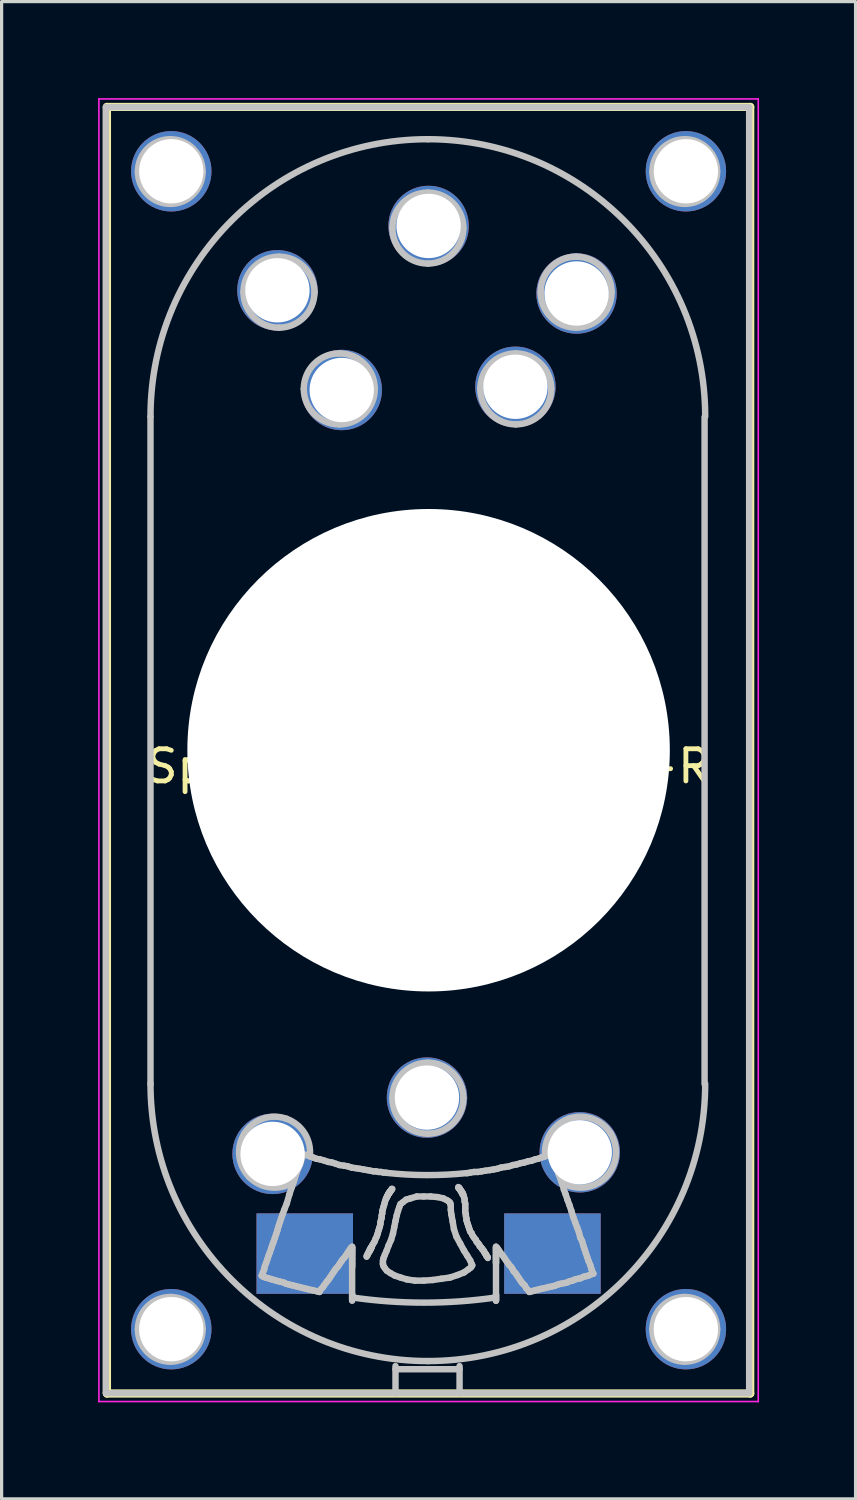
<source format=kicad_pcb>
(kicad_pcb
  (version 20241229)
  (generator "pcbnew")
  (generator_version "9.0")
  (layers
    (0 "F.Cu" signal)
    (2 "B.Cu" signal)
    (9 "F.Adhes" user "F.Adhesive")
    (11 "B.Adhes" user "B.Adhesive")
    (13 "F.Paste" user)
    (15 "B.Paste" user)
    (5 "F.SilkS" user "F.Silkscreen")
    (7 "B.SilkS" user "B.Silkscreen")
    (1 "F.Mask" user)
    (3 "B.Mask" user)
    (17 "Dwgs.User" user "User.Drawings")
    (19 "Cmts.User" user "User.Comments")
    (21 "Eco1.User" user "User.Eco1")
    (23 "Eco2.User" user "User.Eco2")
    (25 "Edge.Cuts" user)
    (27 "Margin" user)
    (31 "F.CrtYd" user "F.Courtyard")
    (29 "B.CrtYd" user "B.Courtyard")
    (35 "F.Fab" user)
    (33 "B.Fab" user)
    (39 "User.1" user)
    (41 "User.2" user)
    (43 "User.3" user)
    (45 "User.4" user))
  (footprint "Speaker_AS04008CO-R"
    (layer "F.Cu")
    (at 10.275 20.275)
    (property "Reference" "Speaker_AS04008CO-R" (at 0 0.5 0) (layer "F.SilkS") (effects (font (size 1 1) (thickness 0.15))))
    (attr smd)
    (fp_line (start -10 -20) (end -10 20) (stroke (width 0.254) (type solid)) (layer "F.SilkS"))
    (fp_line (start -10 -20) (end 10 -20) (stroke (width 0.254) (type solid)) (layer "F.SilkS"))
    (fp_line (start -10 20) (end 10 20) (stroke (width 0.254) (type solid)) (layer "F.SilkS"))
    (fp_line (start 10 -20) (end 10 20) (stroke (width 0.254) (type solid)) (layer "F.SilkS"))
    (fp_line (start -10.033 -19.993) (end 9.967 -19.993) (stroke (width 0.2) (type solid)) (layer "Dwgs.User"))
    (fp_line (start -10.033 19.987) (end -10.033 -19.993) (stroke (width 0.2) (type solid)) (layer "Dwgs.User"))
    (fp_line (start -8.646 -10.364) (end -8.646 10.378) (stroke (width 0.2) (type solid)) (layer "Dwgs.User"))
    (fp_line (start -5.189 16.335) (end -5.13 16.374) (stroke (width 0.2) (type solid)) (layer "Dwgs.User"))
    (fp_line (start -5.15 16.237) (end -5.189 16.335) (stroke (width 0.2) (type solid)) (layer "Dwgs.User"))
    (fp_line (start -5.13 16.374) (end -5.072 16.393) (stroke (width 0.2) (type solid)) (layer "Dwgs.User"))
    (fp_line (start -5.111 16.139) (end -5.15 16.237) (stroke (width 0.2) (type solid)) (layer "Dwgs.User"))
    (fp_line (start -5.091 16.042) (end -5.111 16.139) (stroke (width 0.2) (type solid)) (layer "Dwgs.User"))
    (fp_line (start -5.072 16.393) (end -4.994 16.413) (stroke (width 0.2) (type solid)) (layer "Dwgs.User"))
    (fp_line (start -5.052 15.944) (end -5.091 16.042) (stroke (width 0.2) (type solid)) (layer "Dwgs.User"))
    (fp_line (start -5.013 15.827) (end -5.052 15.944) (stroke (width 0.2) (type solid)) (layer "Dwgs.User"))
    (fp_line (start -4.994 16.413) (end -4.935 16.432) (stroke (width 0.2) (type solid)) (layer "Dwgs.User"))
    (fp_line (start -4.974 15.71) (end -5.013 15.827) (stroke (width 0.2) (type solid)) (layer "Dwgs.User"))
    (fp_line (start -4.935 15.612) (end -4.974 15.71) (stroke (width 0.2) (type solid)) (layer "Dwgs.User"))
    (fp_line (start -4.935 16.432) (end -4.876 16.452) (stroke (width 0.2) (type solid)) (layer "Dwgs.User"))
    (fp_line (start -4.896 15.495) (end -4.935 15.612) (stroke (width 0.2) (type solid)) (layer "Dwgs.User"))
    (fp_line (start -4.876 16.452) (end -4.798 16.471) (stroke (width 0.2) (type solid)) (layer "Dwgs.User"))
    (fp_line (start -4.857 15.378) (end -4.896 15.495) (stroke (width 0.2) (type solid)) (layer "Dwgs.User"))
    (fp_line (start -4.818 15.28) (end -4.857 15.378) (stroke (width 0.2) (type solid)) (layer "Dwgs.User"))
    (fp_line (start -4.798 16.471) (end -4.74 16.491) (stroke (width 0.2) (type solid)) (layer "Dwgs.User"))
    (fp_line (start -4.779 15.163) (end -4.818 15.28) (stroke (width 0.2) (type solid)) (layer "Dwgs.User"))
    (fp_line (start -4.74 15.046) (end -4.779 15.163) (stroke (width 0.2) (type solid)) (layer "Dwgs.User"))
    (fp_line (start -4.74 16.491) (end -4.662 16.511) (stroke (width 0.2) (type solid)) (layer "Dwgs.User"))
    (fp_line (start -4.701 14.929) (end -4.74 15.046) (stroke (width 0.2) (type solid)) (layer "Dwgs.User"))
    (fp_line (start -4.662 14.792) (end -4.701 14.929) (stroke (width 0.2) (type solid)) (layer "Dwgs.User"))
    (fp_line (start -4.662 16.511) (end -4.584 16.53) (stroke (width 0.2) (type solid)) (layer "Dwgs.User"))
    (fp_line (start -4.623 14.675) (end -4.662 14.792) (stroke (width 0.2) (type solid)) (layer "Dwgs.User"))
    (fp_line (start -4.584 14.557) (end -4.623 14.675) (stroke (width 0.2) (type solid)) (layer "Dwgs.User"))
    (fp_line (start -4.584 16.53) (end -4.505 16.55) (stroke (width 0.2) (type solid)) (layer "Dwgs.User"))
    (fp_line (start -4.544 14.44) (end -4.584 14.557) (stroke (width 0.2) (type solid)) (layer "Dwgs.User"))
    (fp_line (start -4.505 16.55) (end -4.427 16.589) (stroke (width 0.2) (type solid)) (layer "Dwgs.User"))
    (fp_line (start -4.486 14.284) (end -4.544 14.44) (stroke (width 0.2) (type solid)) (layer "Dwgs.User"))
    (fp_line (start -4.427 16.589) (end -4.349 16.608) (stroke (width 0.2) (type solid)) (layer "Dwgs.User"))
    (fp_line (start -4.408 14.089) (end -4.486 14.284) (stroke (width 0.2) (type solid)) (layer "Dwgs.User"))
    (fp_line (start -4.349 16.608) (end -4.271 16.628) (stroke (width 0.2) (type solid)) (layer "Dwgs.User"))
    (fp_line (start -4.33 13.815) (end -4.408 14.089) (stroke (width 0.2) (type solid)) (layer "Dwgs.User"))
    (fp_line (start -4.271 16.628) (end -4.193 16.647) (stroke (width 0.2) (type solid)) (layer "Dwgs.User"))
    (fp_line (start -4.251 13.581) (end -4.33 13.815) (stroke (width 0.2) (type solid)) (layer "Dwgs.User"))
    (fp_line (start -4.193 16.647) (end -4.115 16.667) (stroke (width 0.2) (type solid)) (layer "Dwgs.User"))
    (fp_line (start -4.173 13.347) (end -4.251 13.581) (stroke (width 0.2) (type solid)) (layer "Dwgs.User"))
    (fp_line (start -4.115 16.667) (end -4.037 16.686) (stroke (width 0.2) (type solid)) (layer "Dwgs.User"))
    (fp_line (start -4.095 13.112) (end -4.173 13.347) (stroke (width 0.2) (type solid)) (layer "Dwgs.User"))
    (fp_line (start -4.037 16.686) (end -3.959 16.706) (stroke (width 0.2) (type solid)) (layer "Dwgs.User"))
    (fp_line (start -3.998 12.878) (end -4.095 13.112) (stroke (width 0.2) (type solid)) (layer "Dwgs.User"))
    (fp_line (start -3.959 16.706) (end -3.88 16.725) (stroke (width 0.2) (type solid)) (layer "Dwgs.User"))
    (fp_line (start -3.919 12.604) (end -3.919 12.624) (stroke (width 0.2) (type solid)) (layer "Dwgs.User"))
    (fp_line (start -3.919 12.624) (end -3.998 12.878) (stroke (width 0.2) (type solid)) (layer "Dwgs.User"))
    (fp_line (start -3.9 12.565) (end -3.9 12.585) (stroke (width 0.2) (type solid)) (layer "Dwgs.User"))
    (fp_line (start -3.9 12.585) (end -3.9 12.604) (stroke (width 0.2) (type solid)) (layer "Dwgs.User"))
    (fp_line (start -3.9 12.604) (end -3.919 12.604) (stroke (width 0.2) (type solid)) (layer "Dwgs.User"))
    (fp_line (start -3.88 16.725) (end -3.802 16.745) (stroke (width 0.2) (type solid)) (layer "Dwgs.User"))
    (fp_line (start -3.802 12.585) (end -3.9 12.565) (stroke (width 0.2) (type solid)) (layer "Dwgs.User"))
    (fp_line (start -3.802 16.745) (end -3.724 16.764) (stroke (width 0.2) (type solid)) (layer "Dwgs.User"))
    (fp_line (start -3.724 16.764) (end -3.626 16.784) (stroke (width 0.2) (type solid)) (layer "Dwgs.User"))
    (fp_line (start -3.685 12.624) (end -3.802 12.585) (stroke (width 0.2) (type solid)) (layer "Dwgs.User"))
    (fp_line (start -3.626 16.784) (end -3.548 16.804) (stroke (width 0.2) (type solid)) (layer "Dwgs.User"))
    (fp_line (start -3.587 12.663) (end -3.685 12.624) (stroke (width 0.2) (type solid)) (layer "Dwgs.User"))
    (fp_line (start -3.548 16.804) (end -3.47 16.823) (stroke (width 0.2) (type solid)) (layer "Dwgs.User"))
    (fp_line (start -3.49 12.702) (end -3.587 12.663) (stroke (width 0.2) (type solid)) (layer "Dwgs.User"))
    (fp_line (start -3.47 16.823) (end -3.392 16.843) (stroke (width 0.2) (type solid)) (layer "Dwgs.User"))
    (fp_line (start -3.392 16.843) (end -3.353 16.764) (stroke (width 0.2) (type solid)) (layer "Dwgs.User"))
    (fp_line (start -3.373 12.721) (end -3.49 12.702) (stroke (width 0.2) (type solid)) (layer "Dwgs.User"))
    (fp_line (start -3.353 16.764) (end -3.294 16.706) (stroke (width 0.2) (type solid)) (layer "Dwgs.User"))
    (fp_line (start -3.294 16.706) (end -3.255 16.647) (stroke (width 0.2) (type solid)) (layer "Dwgs.User"))
    (fp_line (start -3.255 16.647) (end -3.197 16.569) (stroke (width 0.2) (type solid)) (layer "Dwgs.User"))
    (fp_line (start -3.236 12.761) (end -3.373 12.721) (stroke (width 0.2) (type solid)) (layer "Dwgs.User"))
    (fp_line (start -3.197 16.569) (end -3.158 16.511) (stroke (width 0.2) (type solid)) (layer "Dwgs.User"))
    (fp_line (start -3.158 16.511) (end -3.119 16.471) (stroke (width 0.2) (type solid)) (layer "Dwgs.User"))
    (fp_line (start -3.119 12.8) (end -3.236 12.761) (stroke (width 0.2) (type solid)) (layer "Dwgs.User"))
    (fp_line (start -3.119 16.471) (end -3.08 16.413) (stroke (width 0.2) (type solid)) (layer "Dwgs.User"))
    (fp_line (start -3.08 16.413) (end -3.041 16.354) (stroke (width 0.2) (type solid)) (layer "Dwgs.User"))
    (fp_line (start -3.041 16.354) (end -3.001 16.296) (stroke (width 0.2) (type solid)) (layer "Dwgs.User"))
    (fp_line (start -3.001 12.819) (end -3.119 12.8) (stroke (width 0.2) (type solid)) (layer "Dwgs.User"))
    (fp_line (start -3.001 16.296) (end -2.962 16.237) (stroke (width 0.2) (type solid)) (layer "Dwgs.User"))
    (fp_line (start -2.962 16.237) (end -2.923 16.179) (stroke (width 0.2) (type solid)) (layer "Dwgs.User"))
    (fp_line (start -2.923 16.179) (end -2.884 16.12) (stroke (width 0.2) (type solid)) (layer "Dwgs.User"))
    (fp_line (start -2.884 12.858) (end -3.001 12.819) (stroke (width 0.2) (type solid)) (layer "Dwgs.User"))
    (fp_line (start -2.884 16.12) (end -2.826 16.061) (stroke (width 0.2) (type solid)) (layer "Dwgs.User"))
    (fp_line (start -2.826 16.061) (end -2.787 16.003) (stroke (width 0.2) (type solid)) (layer "Dwgs.User"))
    (fp_line (start -2.787 16.003) (end -2.748 15.944) (stroke (width 0.2) (type solid)) (layer "Dwgs.User"))
    (fp_line (start -2.767 12.897) (end -2.884 12.858) (stroke (width 0.2) (type solid)) (layer "Dwgs.User"))
    (fp_line (start -2.748 15.944) (end -2.709 15.886) (stroke (width 0.2) (type solid)) (layer "Dwgs.User"))
    (fp_line (start -2.709 15.886) (end -2.669 15.827) (stroke (width 0.2) (type solid)) (layer "Dwgs.User"))
    (fp_line (start -2.669 15.827) (end -2.611 15.768) (stroke (width 0.2) (type solid)) (layer "Dwgs.User"))
    (fp_line (start -2.63 12.917) (end -2.767 12.897) (stroke (width 0.2) (type solid)) (layer "Dwgs.User"))
    (fp_line (start -2.611 15.768) (end -2.572 15.71) (stroke (width 0.2) (type solid)) (layer "Dwgs.User"))
    (fp_line (start -2.572 15.71) (end -2.533 15.651) (stroke (width 0.2) (type solid)) (layer "Dwgs.User"))
    (fp_line (start -2.533 15.651) (end -2.494 15.593) (stroke (width 0.2) (type solid)) (layer "Dwgs.User"))
    (fp_line (start -2.513 12.936) (end -2.63 12.917) (stroke (width 0.2) (type solid)) (layer "Dwgs.User"))
    (fp_line (start -2.494 15.593) (end -2.455 15.534) (stroke (width 0.2) (type solid)) (layer "Dwgs.User"))
    (fp_line (start -2.455 15.534) (end -2.416 15.475) (stroke (width 0.2) (type solid)) (layer "Dwgs.User"))
    (fp_line (start -2.416 15.475) (end -2.377 15.436) (stroke (width 0.2) (type solid)) (layer "Dwgs.User"))
    (fp_line (start -2.396 12.975) (end -2.513 12.936) (stroke (width 0.2) (type solid)) (layer "Dwgs.User"))
    (fp_line (start -2.377 15.436) (end -2.377 15.456) (stroke (width 0.2) (type solid)) (layer "Dwgs.User"))
    (fp_line (start -2.377 15.456) (end -2.377 15.475) (stroke (width 0.2) (type solid)) (layer "Dwgs.User"))
    (fp_line (start -2.377 15.475) (end -2.377 15.495) (stroke (width 0.2) (type solid)) (layer "Dwgs.User"))
    (fp_line (start -2.377 15.495) (end -2.377 15.514) (stroke (width 0.2) (type solid)) (layer "Dwgs.User"))
    (fp_line (start -2.377 15.514) (end -2.377 15.534) (stroke (width 0.2) (type solid)) (layer "Dwgs.User"))
    (fp_line (start -2.377 15.534) (end -2.377 15.573) (stroke (width 0.2) (type solid)) (layer "Dwgs.User"))
    (fp_line (start -2.377 15.573) (end -2.377 15.593) (stroke (width 0.2) (type solid)) (layer "Dwgs.User"))
    (fp_line (start -2.377 15.593) (end -2.377 15.612) (stroke (width 0.2) (type solid)) (layer "Dwgs.User"))
    (fp_line (start -2.377 15.612) (end -2.377 15.632) (stroke (width 0.2) (type solid)) (layer "Dwgs.User"))
    (fp_line (start -2.377 15.632) (end -2.377 15.671) (stroke (width 0.2) (type solid)) (layer "Dwgs.User"))
    (fp_line (start -2.377 15.671) (end -2.377 15.69) (stroke (width 0.2) (type solid)) (layer "Dwgs.User"))
    (fp_line (start -2.377 15.69) (end -2.377 15.71) (stroke (width 0.2) (type solid)) (layer "Dwgs.User"))
    (fp_line (start -2.377 15.71) (end -2.377 15.749) (stroke (width 0.2) (type solid)) (layer "Dwgs.User"))
    (fp_line (start -2.377 15.749) (end -2.377 15.768) (stroke (width 0.2) (type solid)) (layer "Dwgs.User"))
    (fp_line (start -2.377 15.768) (end -2.377 15.807) (stroke (width 0.2) (type solid)) (layer "Dwgs.User"))
    (fp_line (start -2.377 15.807) (end -2.377 15.827) (stroke (width 0.2) (type solid)) (layer "Dwgs.User"))
    (fp_line (start -2.377 15.827) (end -2.377 15.847) (stroke (width 0.2) (type solid)) (layer "Dwgs.User"))
    (fp_line (start -2.377 15.847) (end -2.377 15.886) (stroke (width 0.2) (type solid)) (layer "Dwgs.User"))
    (fp_line (start -2.377 15.886) (end -2.377 15.925) (stroke (width 0.2) (type solid)) (layer "Dwgs.User"))
    (fp_line (start -2.377 15.925) (end -2.377 15.944) (stroke (width 0.2) (type solid)) (layer "Dwgs.User"))
    (fp_line (start -2.377 15.944) (end -2.377 15.983) (stroke (width 0.2) (type solid)) (layer "Dwgs.User"))
    (fp_line (start -2.377 15.983) (end -2.377 16.003) (stroke (width 0.2) (type solid)) (layer "Dwgs.User"))
    (fp_line (start -2.377 16.003) (end -2.377 16.042) (stroke (width 0.2) (type solid)) (layer "Dwgs.User"))
    (fp_line (start -2.377 16.042) (end -2.377 16.081) (stroke (width 0.2) (type solid)) (layer "Dwgs.User"))
    (fp_line (start -2.377 16.921) (end -2.377 16.081) (stroke (width 0.2) (type solid)) (layer "Dwgs.User"))
    (fp_line (start -2.377 16.921) (end -2.377 16.921) (stroke (width 0.2) (type solid)) (layer "Dwgs.User"))
    (fp_line (start -2.377 16.921) (end -2.377 16.94) (stroke (width 0.2) (type solid)) (layer "Dwgs.User"))
    (fp_line (start -2.377 16.94) (end -2.377 16.96) (stroke (width 0.2) (type solid)) (layer "Dwgs.User"))
    (fp_line (start -2.377 16.96) (end -2.377 16.979) (stroke (width 0.2) (type solid)) (layer "Dwgs.User"))
    (fp_line (start -2.377 16.979) (end -2.377 16.999) (stroke (width 0.2) (type solid)) (layer "Dwgs.User"))
    (fp_line (start -2.377 16.999) (end -2.377 17.018) (stroke (width 0.2) (type solid)) (layer "Dwgs.User"))
    (fp_line (start -2.377 17.018) (end -2.377 17.018) (stroke (width 0.2) (type solid)) (layer "Dwgs.User"))
    (fp_line (start -2.377 17.018) (end -2.377 17.038) (stroke (width 0.2) (type solid)) (layer "Dwgs.User"))
    (fp_line (start -2.377 17.038) (end -2.377 17.057) (stroke (width 0.2) (type solid)) (layer "Dwgs.User"))
    (fp_line (start -2.377 17.057) (end -2.377 17.077) (stroke (width 0.2) (type solid)) (layer "Dwgs.User"))
    (fp_line (start -2.377 17.077) (end -2.377 17.097) (stroke (width 0.2) (type solid)) (layer "Dwgs.User"))
    (fp_line (start -2.377 17.097) (end -2.377 17.116) (stroke (width 0.2) (type solid)) (layer "Dwgs.User"))
    (fp_line (start -2.259 12.995) (end -2.396 12.975) (stroke (width 0.2) (type solid)) (layer "Dwgs.User"))
    (fp_line (start -2.142 13.014) (end -2.259 12.995) (stroke (width 0.2) (type solid)) (layer "Dwgs.User"))
    (fp_line (start -2.025 13.034) (end -2.142 13.014) (stroke (width 0.2) (type solid)) (layer "Dwgs.User"))
    (fp_line (start -1.927 15.729) (end -1.927 15.749) (stroke (width 0.2) (type solid)) (layer "Dwgs.User"))
    (fp_line (start -1.908 13.054) (end -2.025 13.034) (stroke (width 0.2) (type solid)) (layer "Dwgs.User"))
    (fp_line (start -1.908 15.69) (end -1.908 15.71) (stroke (width 0.2) (type solid)) (layer "Dwgs.User"))
    (fp_line (start -1.908 15.71) (end -1.927 15.729) (stroke (width 0.2) (type solid)) (layer "Dwgs.User"))
    (fp_line (start -1.888 15.651) (end -1.888 15.671) (stroke (width 0.2) (type solid)) (layer "Dwgs.User"))
    (fp_line (start -1.888 15.671) (end -1.908 15.69) (stroke (width 0.2) (type solid)) (layer "Dwgs.User"))
    (fp_line (start -1.869 15.612) (end -1.869 15.632) (stroke (width 0.2) (type solid)) (layer "Dwgs.User"))
    (fp_line (start -1.869 15.632) (end -1.888 15.651) (stroke (width 0.2) (type solid)) (layer "Dwgs.User"))
    (fp_line (start -1.849 15.573) (end -1.849 15.593) (stroke (width 0.2) (type solid)) (layer "Dwgs.User"))
    (fp_line (start -1.849 15.593) (end -1.869 15.612) (stroke (width 0.2) (type solid)) (layer "Dwgs.User"))
    (fp_line (start -1.83 15.534) (end -1.83 15.554) (stroke (width 0.2) (type solid)) (layer "Dwgs.User"))
    (fp_line (start -1.83 15.554) (end -1.83 15.573) (stroke (width 0.2) (type solid)) (layer "Dwgs.User"))
    (fp_line (start -1.83 15.573) (end -1.849 15.573) (stroke (width 0.2) (type solid)) (layer "Dwgs.User"))
    (fp_line (start -1.81 13.073) (end -1.908 13.054) (stroke (width 0.2) (type solid)) (layer "Dwgs.User"))
    (fp_line (start -1.81 15.495) (end -1.81 15.514) (stroke (width 0.2) (type solid)) (layer "Dwgs.User"))
    (fp_line (start -1.81 15.514) (end -1.81 15.534) (stroke (width 0.2) (type solid)) (layer "Dwgs.User"))
    (fp_line (start -1.81 15.534) (end -1.83 15.534) (stroke (width 0.2) (type solid)) (layer "Dwgs.User"))
    (fp_line (start -1.791 15.456) (end -1.791 15.475) (stroke (width 0.2) (type solid)) (layer "Dwgs.User"))
    (fp_line (start -1.791 15.475) (end -1.791 15.495) (stroke (width 0.2) (type solid)) (layer "Dwgs.User"))
    (fp_line (start -1.791 15.495) (end -1.81 15.495) (stroke (width 0.2) (type solid)) (layer "Dwgs.User"))
    (fp_line (start -1.771 15.456) (end -1.791 15.456) (stroke (width 0.2) (type solid)) (layer "Dwgs.User"))
    (fp_line (start -1.752 15.397) (end -1.771 15.456) (stroke (width 0.2) (type solid)) (layer "Dwgs.User"))
    (fp_line (start -1.732 15.358) (end -1.752 15.397) (stroke (width 0.2) (type solid)) (layer "Dwgs.User"))
    (fp_line (start -1.712 13.093) (end -1.81 13.073) (stroke (width 0.2) (type solid)) (layer "Dwgs.User"))
    (fp_line (start -1.693 15.3) (end -1.732 15.358) (stroke (width 0.2) (type solid)) (layer "Dwgs.User"))
    (fp_line (start -1.673 15.261) (end -1.693 15.3) (stroke (width 0.2) (type solid)) (layer "Dwgs.User"))
    (fp_line (start -1.654 15.202) (end -1.673 15.261) (stroke (width 0.2) (type solid)) (layer "Dwgs.User"))
    (fp_line (start -1.634 13.093) (end -1.712 13.093) (stroke (width 0.2) (type solid)) (layer "Dwgs.User"))
    (fp_line (start -1.615 15.124) (end -1.654 15.202) (stroke (width 0.2) (type solid)) (layer "Dwgs.User"))
    (fp_line (start -1.595 15.065) (end -1.615 15.124) (stroke (width 0.2) (type solid)) (layer "Dwgs.User"))
    (fp_line (start -1.576 15.007) (end -1.595 15.065) (stroke (width 0.2) (type solid)) (layer "Dwgs.User"))
    (fp_line (start -1.556 13.112) (end -1.634 13.093) (stroke (width 0.2) (type solid)) (layer "Dwgs.User"))
    (fp_line (start -1.556 14.929) (end -1.576 15.007) (stroke (width 0.2) (type solid)) (layer "Dwgs.User"))
    (fp_line (start -1.537 14.87) (end -1.556 14.929) (stroke (width 0.2) (type solid)) (layer "Dwgs.User"))
    (fp_line (start -1.517 14.811) (end -1.537 14.87) (stroke (width 0.2) (type solid)) (layer "Dwgs.User"))
    (fp_line (start -1.498 14.675) (end -1.498 14.733) (stroke (width 0.2) (type solid)) (layer "Dwgs.User"))
    (fp_line (start -1.498 14.733) (end -1.517 14.811) (stroke (width 0.2) (type solid)) (layer "Dwgs.User"))
    (fp_line (start -1.478 13.112) (end -1.556 13.112) (stroke (width 0.2) (type solid)) (layer "Dwgs.User"))
    (fp_line (start -1.478 14.597) (end -1.498 14.675) (stroke (width 0.2) (type solid)) (layer "Dwgs.User"))
    (fp_line (start -1.459 14.46) (end -1.459 14.538) (stroke (width 0.2) (type solid)) (layer "Dwgs.User"))
    (fp_line (start -1.459 14.538) (end -1.478 14.597) (stroke (width 0.2) (type solid)) (layer "Dwgs.User"))
    (fp_line (start -1.439 14.323) (end -1.439 14.401) (stroke (width 0.2) (type solid)) (layer "Dwgs.User"))
    (fp_line (start -1.439 14.401) (end -1.459 14.46) (stroke (width 0.2) (type solid)) (layer "Dwgs.User"))
    (fp_line (start -1.419 14.264) (end -1.439 14.323) (stroke (width 0.2) (type solid)) (layer "Dwgs.User"))
    (fp_line (start -1.419 15.866) (end -1.4 15.788) (stroke (width 0.2) (type solid)) (layer "Dwgs.User"))
    (fp_line (start -1.419 15.944) (end -1.419 15.866) (stroke (width 0.2) (type solid)) (layer "Dwgs.User"))
    (fp_line (start -1.419 15.983) (end -1.419 15.944) (stroke (width 0.2) (type solid)) (layer "Dwgs.User"))
    (fp_line (start -1.4 13.132) (end -1.478 13.112) (stroke (width 0.2) (type solid)) (layer "Dwgs.User"))
    (fp_line (start -1.4 14.186) (end -1.419 14.264) (stroke (width 0.2) (type solid)) (layer "Dwgs.User"))
    (fp_line (start -1.4 15.788) (end -1.361 15.69) (stroke (width 0.2) (type solid)) (layer "Dwgs.User"))
    (fp_line (start -1.4 16.042) (end -1.419 15.983) (stroke (width 0.2) (type solid)) (layer "Dwgs.User"))
    (fp_line (start -1.38 14.128) (end -1.4 14.186) (stroke (width 0.2) (type solid)) (layer "Dwgs.User"))
    (fp_line (start -1.361 14.05) (end -1.38 14.128) (stroke (width 0.2) (type solid)) (layer "Dwgs.User"))
    (fp_line (start -1.361 15.69) (end -1.302 15.554) (stroke (width 0.2) (type solid)) (layer "Dwgs.User"))
    (fp_line (start -1.361 16.1) (end -1.4 16.042) (stroke (width 0.2) (type solid)) (layer "Dwgs.User"))
    (fp_line (start -1.341 13.991) (end -1.361 14.05) (stroke (width 0.2) (type solid)) (layer "Dwgs.User"))
    (fp_line (start -1.322 13.132) (end -1.4 13.132) (stroke (width 0.2) (type solid)) (layer "Dwgs.User"))
    (fp_line (start -1.322 13.932) (end -1.341 13.991) (stroke (width 0.2) (type solid)) (layer "Dwgs.User"))
    (fp_line (start -1.302 13.893) (end -1.302 13.913) (stroke (width 0.2) (type solid)) (layer "Dwgs.User"))
    (fp_line (start -1.302 13.913) (end -1.322 13.932) (stroke (width 0.2) (type solid)) (layer "Dwgs.User"))
    (fp_line (start -1.302 15.554) (end -1.244 15.397) (stroke (width 0.2) (type solid)) (layer "Dwgs.User"))
    (fp_line (start -1.302 16.179) (end -1.361 16.1) (stroke (width 0.2) (type solid)) (layer "Dwgs.User"))
    (fp_line (start -1.283 13.854) (end -1.283 13.874) (stroke (width 0.2) (type solid)) (layer "Dwgs.User"))
    (fp_line (start -1.283 13.874) (end -1.302 13.893) (stroke (width 0.2) (type solid)) (layer "Dwgs.User"))
    (fp_line (start -1.263 13.815) (end -1.263 13.835) (stroke (width 0.2) (type solid)) (layer "Dwgs.User"))
    (fp_line (start -1.263 13.835) (end -1.283 13.854) (stroke (width 0.2) (type solid)) (layer "Dwgs.User"))
    (fp_line (start -1.244 13.776) (end -1.244 13.796) (stroke (width 0.2) (type solid)) (layer "Dwgs.User"))
    (fp_line (start -1.244 13.796) (end -1.263 13.815) (stroke (width 0.2) (type solid)) (layer "Dwgs.User"))
    (fp_line (start -1.244 15.397) (end -1.166 15.222) (stroke (width 0.2) (type solid)) (layer "Dwgs.User"))
    (fp_line (start -1.224 13.757) (end -1.224 13.776) (stroke (width 0.2) (type solid)) (layer "Dwgs.User"))
    (fp_line (start -1.224 13.776) (end -1.244 13.776) (stroke (width 0.2) (type solid)) (layer "Dwgs.User"))
    (fp_line (start -1.205 13.718) (end -1.205 13.737) (stroke (width 0.2) (type solid)) (layer "Dwgs.User"))
    (fp_line (start -1.205 13.737) (end -1.224 13.757) (stroke (width 0.2) (type solid)) (layer "Dwgs.User"))
    (fp_line (start -1.185 13.698) (end -1.185 13.718) (stroke (width 0.2) (type solid)) (layer "Dwgs.User"))
    (fp_line (start -1.185 13.718) (end -1.205 13.718) (stroke (width 0.2) (type solid)) (layer "Dwgs.User"))
    (fp_line (start -1.185 16.257) (end -1.302 16.179) (stroke (width 0.2) (type solid)) (layer "Dwgs.User"))
    (fp_line (start -1.166 13.679) (end -1.185 13.698) (stroke (width 0.2) (type solid)) (layer "Dwgs.User"))
    (fp_line (start -1.166 15.222) (end -1.107 15.026) (stroke (width 0.2) (type solid)) (layer "Dwgs.User"))
    (fp_line (start -1.146 13.639) (end -1.146 13.659) (stroke (width 0.2) (type solid)) (layer "Dwgs.User"))
    (fp_line (start -1.146 13.659) (end -1.166 13.679) (stroke (width 0.2) (type solid)) (layer "Dwgs.User"))
    (fp_line (start -1.126 13.639) (end -1.146 13.639) (stroke (width 0.2) (type solid)) (layer "Dwgs.User"))
    (fp_line (start -1.107 15.026) (end -1.068 14.831) (stroke (width 0.2) (type solid)) (layer "Dwgs.User"))
    (fp_line (start -1.068 14.831) (end -1.029 14.636) (stroke (width 0.2) (type solid)) (layer "Dwgs.User"))
    (fp_line (start -1.048 16.335) (end -1.185 16.257) (stroke (width 0.2) (type solid)) (layer "Dwgs.User"))
    (fp_line (start -1.029 14.636) (end -0.99 14.46) (stroke (width 0.2) (type solid)) (layer "Dwgs.User"))
    (fp_line (start -1.029 19.147) (end -1.029 19.987) (stroke (width 0.2) (type solid)) (layer "Dwgs.User"))
    (fp_line (start -1.029 19.245) (end 0.963 19.245) (stroke (width 0.2) (type solid)) (layer "Dwgs.User"))
    (fp_line (start -1.029 19.987) (end -10.033 19.987) (stroke (width 0.2) (type solid)) (layer "Dwgs.User"))
    (fp_line (start -1.029 19.987) (end 0.963 19.987) (stroke (width 0.2) (type solid)) (layer "Dwgs.User"))
    (fp_line (start -0.99 14.46) (end -0.951 14.323) (stroke (width 0.2) (type solid)) (layer "Dwgs.User"))
    (fp_line (start -0.951 14.323) (end -0.912 14.206) (stroke (width 0.2) (type solid)) (layer "Dwgs.User"))
    (fp_line (start -0.912 14.206) (end -0.873 14.108) (stroke (width 0.2) (type solid)) (layer "Dwgs.User"))
    (fp_line (start -0.873 14.108) (end -0.794 14.05) (stroke (width 0.2) (type solid)) (layer "Dwgs.User"))
    (fp_line (start -0.873 16.393) (end -1.048 16.335) (stroke (width 0.2) (type solid)) (layer "Dwgs.User"))
    (fp_line (start -0.794 14.05) (end -0.697 13.972) (stroke (width 0.2) (type solid)) (layer "Dwgs.User"))
    (fp_line (start -0.697 13.972) (end -0.56 13.932) (stroke (width 0.2) (type solid)) (layer "Dwgs.User"))
    (fp_line (start -0.677 16.452) (end -0.873 16.393) (stroke (width 0.2) (type solid)) (layer "Dwgs.User"))
    (fp_line (start -0.56 13.932) (end -0.365 13.874) (stroke (width 0.2) (type solid)) (layer "Dwgs.User"))
    (fp_line (start -0.423 16.491) (end -0.677 16.452) (stroke (width 0.2) (type solid)) (layer "Dwgs.User"))
    (fp_line (start -0.365 13.874) (end -0.15 13.874) (stroke (width 0.2) (type solid)) (layer "Dwgs.User"))
    (fp_line (start -0.15 13.874) (end 0.065 13.874) (stroke (width 0.2) (type solid)) (layer "Dwgs.User"))
    (fp_line (start -0.15 16.491) (end -0.423 16.491) (stroke (width 0.2) (type solid)) (layer "Dwgs.User"))
    (fp_line (start 0.065 13.874) (end 0.28 13.893) (stroke (width 0.2) (type solid)) (layer "Dwgs.User"))
    (fp_line (start 0.124 16.471) (end -0.15 16.491) (stroke (width 0.2) (type solid)) (layer "Dwgs.User"))
    (fp_line (start 0.28 13.893) (end 0.456 13.932) (stroke (width 0.2) (type solid)) (layer "Dwgs.User"))
    (fp_line (start 0.397 16.432) (end 0.124 16.471) (stroke (width 0.2) (type solid)) (layer "Dwgs.User"))
    (fp_line (start 0.456 13.932) (end 0.573 13.991) (stroke (width 0.2) (type solid)) (layer "Dwgs.User"))
    (fp_line (start 0.573 13.991) (end 0.631 14.03) (stroke (width 0.2) (type solid)) (layer "Dwgs.User"))
    (fp_line (start 0.631 14.03) (end 0.67 14.069) (stroke (width 0.2) (type solid)) (layer "Dwgs.User"))
    (fp_line (start 0.67 14.069) (end 0.67 14.089) (stroke (width 0.2) (type solid)) (layer "Dwgs.User"))
    (fp_line (start 0.67 14.089) (end 0.69 14.147) (stroke (width 0.2) (type solid)) (layer "Dwgs.User"))
    (fp_line (start 0.67 16.393) (end 0.397 16.432) (stroke (width 0.2) (type solid)) (layer "Dwgs.User"))
    (fp_line (start 0.69 14.147) (end 0.69 14.284) (stroke (width 0.2) (type solid)) (layer "Dwgs.User"))
    (fp_line (start 0.69 14.284) (end 0.709 14.44) (stroke (width 0.2) (type solid)) (layer "Dwgs.User"))
    (fp_line (start 0.709 14.44) (end 0.749 14.655) (stroke (width 0.2) (type solid)) (layer "Dwgs.User"))
    (fp_line (start 0.749 14.655) (end 0.788 14.889) (stroke (width 0.2) (type solid)) (layer "Dwgs.User"))
    (fp_line (start 0.788 14.889) (end 0.866 15.124) (stroke (width 0.2) (type solid)) (layer "Dwgs.User"))
    (fp_line (start 0.866 15.124) (end 0.983 15.339) (stroke (width 0.2) (type solid)) (layer "Dwgs.User"))
    (fp_line (start 0.905 16.315) (end 0.67 16.393) (stroke (width 0.2) (type solid)) (layer "Dwgs.User"))
    (fp_line (start 0.924 13.6) (end 0.924 13.581) (stroke (width 0.2) (type solid)) (layer "Dwgs.User"))
    (fp_line (start 0.944 13.6) (end 0.924 13.6) (stroke (width 0.2) (type solid)) (layer "Dwgs.User"))
    (fp_line (start 0.944 13.62) (end 0.944 13.6) (stroke (width 0.2) (type solid)) (layer "Dwgs.User"))
    (fp_line (start 0.963 13.62) (end 0.944 13.62) (stroke (width 0.2) (type solid)) (layer "Dwgs.User"))
    (fp_line (start 0.963 13.639) (end 0.963 13.62) (stroke (width 0.2) (type solid)) (layer "Dwgs.User"))
    (fp_line (start 0.963 19.987) (end 0.963 19.147) (stroke (width 0.2) (type solid)) (layer "Dwgs.User"))
    (fp_line (start 0.983 13.659) (end 0.963 13.639) (stroke (width 0.2) (type solid)) (layer "Dwgs.User"))
    (fp_line (start 0.983 13.679) (end 0.983 13.659) (stroke (width 0.2) (type solid)) (layer "Dwgs.User"))
    (fp_line (start 0.983 15.339) (end 1.1 15.554) (stroke (width 0.2) (type solid)) (layer "Dwgs.User"))
    (fp_line (start 1.002 13.679) (end 0.983 13.679) (stroke (width 0.2) (type solid)) (layer "Dwgs.User"))
    (fp_line (start 1.002 13.698) (end 1.002 13.679) (stroke (width 0.2) (type solid)) (layer "Dwgs.User"))
    (fp_line (start 1.022 13.718) (end 1.002 13.698) (stroke (width 0.2) (type solid)) (layer "Dwgs.User"))
    (fp_line (start 1.022 13.737) (end 1.022 13.718) (stroke (width 0.2) (type solid)) (layer "Dwgs.User"))
    (fp_line (start 1.041 13.737) (end 1.022 13.737) (stroke (width 0.2) (type solid)) (layer "Dwgs.User"))
    (fp_line (start 1.041 13.757) (end 1.041 13.737) (stroke (width 0.2) (type solid)) (layer "Dwgs.User"))
    (fp_line (start 1.041 13.776) (end 1.041 13.757) (stroke (width 0.2) (type solid)) (layer "Dwgs.User"))
    (fp_line (start 1.061 13.776) (end 1.041 13.776) (stroke (width 0.2) (type solid)) (layer "Dwgs.User"))
    (fp_line (start 1.061 13.796) (end 1.061 13.776) (stroke (width 0.2) (type solid)) (layer "Dwgs.User"))
    (fp_line (start 1.061 13.815) (end 1.061 13.796) (stroke (width 0.2) (type solid)) (layer "Dwgs.User"))
    (fp_line (start 1.081 13.815) (end 1.061 13.815) (stroke (width 0.2) (type solid)) (layer "Dwgs.User"))
    (fp_line (start 1.1 13.893) (end 1.081 13.815) (stroke (width 0.2) (type solid)) (layer "Dwgs.User"))
    (fp_line (start 1.1 15.554) (end 1.198 15.71) (stroke (width 0.2) (type solid)) (layer "Dwgs.User"))
    (fp_line (start 1.1 16.237) (end 0.905 16.315) (stroke (width 0.2) (type solid)) (layer "Dwgs.User"))
    (fp_line (start 1.12 13.952) (end 1.1 13.893) (stroke (width 0.2) (type solid)) (layer "Dwgs.User"))
    (fp_line (start 1.12 14.03) (end 1.12 13.952) (stroke (width 0.2) (type solid)) (layer "Dwgs.User"))
    (fp_line (start 1.139 14.089) (end 1.12 14.03) (stroke (width 0.2) (type solid)) (layer "Dwgs.User"))
    (fp_line (start 1.139 14.147) (end 1.139 14.089) (stroke (width 0.2) (type solid)) (layer "Dwgs.User"))
    (fp_line (start 1.139 14.225) (end 1.139 14.147) (stroke (width 0.2) (type solid)) (layer "Dwgs.User"))
    (fp_line (start 1.139 14.284) (end 1.139 14.225) (stroke (width 0.2) (type solid)) (layer "Dwgs.User"))
    (fp_line (start 1.139 14.362) (end 1.139 14.284) (stroke (width 0.2) (type solid)) (layer "Dwgs.User"))
    (fp_line (start 1.159 14.421) (end 1.139 14.362) (stroke (width 0.2) (type solid)) (layer "Dwgs.User"))
    (fp_line (start 1.159 14.479) (end 1.159 14.421) (stroke (width 0.2) (type solid)) (layer "Dwgs.User"))
    (fp_line (start 1.178 14.557) (end 1.159 14.479) (stroke (width 0.2) (type solid)) (layer "Dwgs.User"))
    (fp_line (start 1.178 14.616) (end 1.178 14.557) (stroke (width 0.2) (type solid)) (layer "Dwgs.User"))
    (fp_line (start 1.198 14.675) (end 1.178 14.616) (stroke (width 0.2) (type solid)) (layer "Dwgs.User"))
    (fp_line (start 1.198 15.71) (end 1.295 15.866) (stroke (width 0.2) (type solid)) (layer "Dwgs.User"))
    (fp_line (start 1.217 14.733) (end 1.198 14.675) (stroke (width 0.2) (type solid)) (layer "Dwgs.User"))
    (fp_line (start 1.237 14.792) (end 1.217 14.733) (stroke (width 0.2) (type solid)) (layer "Dwgs.User"))
    (fp_line (start 1.237 16.139) (end 1.1 16.237) (stroke (width 0.2) (type solid)) (layer "Dwgs.User"))
    (fp_line (start 1.256 14.85) (end 1.237 14.792) (stroke (width 0.2) (type solid)) (layer "Dwgs.User"))
    (fp_line (start 1.276 14.909) (end 1.256 14.85) (stroke (width 0.2) (type solid)) (layer "Dwgs.User"))
    (fp_line (start 1.295 13.132) (end 1.198 13.151) (stroke (width 0.2) (type solid)) (layer "Dwgs.User"))
    (fp_line (start 1.295 14.968) (end 1.276 14.909) (stroke (width 0.2) (type solid)) (layer "Dwgs.User"))
    (fp_line (start 1.295 15.866) (end 1.334 15.964) (stroke (width 0.2) (type solid)) (layer "Dwgs.User"))
    (fp_line (start 1.315 16.081) (end 1.237 16.139) (stroke (width 0.2) (type solid)) (layer "Dwgs.User"))
    (fp_line (start 1.334 15.007) (end 1.295 14.968) (stroke (width 0.2) (type solid)) (layer "Dwgs.User"))
    (fp_line (start 1.334 15.964) (end 1.354 16.003) (stroke (width 0.2) (type solid)) (layer "Dwgs.User"))
    (fp_line (start 1.354 15.065) (end 1.334 15.007) (stroke (width 0.2) (type solid)) (layer "Dwgs.User"))
    (fp_line (start 1.354 16.003) (end 1.354 16.022) (stroke (width 0.2) (type solid)) (layer "Dwgs.User"))
    (fp_line (start 1.354 16.022) (end 1.315 16.081) (stroke (width 0.2) (type solid)) (layer "Dwgs.User"))
    (fp_line (start 1.393 15.124) (end 1.354 15.065) (stroke (width 0.2) (type solid)) (layer "Dwgs.User"))
    (fp_line (start 1.413 13.112) (end 1.295 13.132) (stroke (width 0.2) (type solid)) (layer "Dwgs.User"))
    (fp_line (start 1.432 15.182) (end 1.393 15.124) (stroke (width 0.2) (type solid)) (layer "Dwgs.User"))
    (fp_line (start 1.471 15.222) (end 1.432 15.182) (stroke (width 0.2) (type solid)) (layer "Dwgs.User"))
    (fp_line (start 1.491 15.28) (end 1.471 15.222) (stroke (width 0.2) (type solid)) (layer "Dwgs.User"))
    (fp_line (start 1.51 15.3) (end 1.491 15.28) (stroke (width 0.2) (type solid)) (layer "Dwgs.User"))
    (fp_line (start 1.53 13.112) (end 1.413 13.112) (stroke (width 0.2) (type solid)) (layer "Dwgs.User"))
    (fp_line (start 1.53 15.319) (end 1.51 15.3) (stroke (width 0.2) (type solid)) (layer "Dwgs.User"))
    (fp_line (start 1.549 15.339) (end 1.53 15.319) (stroke (width 0.2) (type solid)) (layer "Dwgs.User"))
    (fp_line (start 1.569 15.378) (end 1.549 15.339) (stroke (width 0.2) (type solid)) (layer "Dwgs.User"))
    (fp_line (start 1.588 15.397) (end 1.569 15.378) (stroke (width 0.2) (type solid)) (layer "Dwgs.User"))
    (fp_line (start 1.588 15.417) (end 1.588 15.397) (stroke (width 0.2) (type solid)) (layer "Dwgs.User"))
    (fp_line (start 1.608 15.436) (end 1.588 15.417) (stroke (width 0.2) (type solid)) (layer "Dwgs.User"))
    (fp_line (start 1.627 15.456) (end 1.608 15.436) (stroke (width 0.2) (type solid)) (layer "Dwgs.User"))
    (fp_line (start 1.647 13.093) (end 1.53 13.112) (stroke (width 0.2) (type solid)) (layer "Dwgs.User"))
    (fp_line (start 1.647 15.475) (end 1.627 15.456) (stroke (width 0.2) (type solid)) (layer "Dwgs.User"))
    (fp_line (start 1.666 15.495) (end 1.647 15.475) (stroke (width 0.2) (type solid)) (layer "Dwgs.User"))
    (fp_line (start 1.666 15.514) (end 1.666 15.495) (stroke (width 0.2) (type solid)) (layer "Dwgs.User"))
    (fp_line (start 1.686 15.534) (end 1.666 15.514) (stroke (width 0.2) (type solid)) (layer "Dwgs.User"))
    (fp_line (start 1.706 15.554) (end 1.686 15.534) (stroke (width 0.2) (type solid)) (layer "Dwgs.User"))
    (fp_line (start 1.725 15.573) (end 1.706 15.554) (stroke (width 0.2) (type solid)) (layer "Dwgs.User"))
    (fp_line (start 1.725 15.593) (end 1.725 15.573) (stroke (width 0.2) (type solid)) (layer "Dwgs.User"))
    (fp_line (start 1.745 15.632) (end 1.725 15.593) (stroke (width 0.2) (type solid)) (layer "Dwgs.User"))
    (fp_line (start 1.764 13.073) (end 1.647 13.093) (stroke (width 0.2) (type solid)) (layer "Dwgs.User"))
    (fp_line (start 1.764 15.651) (end 1.745 15.632) (stroke (width 0.2) (type solid)) (layer "Dwgs.User"))
    (fp_line (start 1.784 15.671) (end 1.764 15.651) (stroke (width 0.2) (type solid)) (layer "Dwgs.User"))
    (fp_line (start 1.784 15.69) (end 1.784 15.671) (stroke (width 0.2) (type solid)) (layer "Dwgs.User"))
    (fp_line (start 1.803 15.71) (end 1.784 15.69) (stroke (width 0.2) (type solid)) (layer "Dwgs.User"))
    (fp_line (start 1.803 15.729) (end 1.803 15.71) (stroke (width 0.2) (type solid)) (layer "Dwgs.User"))
    (fp_line (start 1.823 15.749) (end 1.803 15.729) (stroke (width 0.2) (type solid)) (layer "Dwgs.User"))
    (fp_line (start 1.842 15.768) (end 1.823 15.749) (stroke (width 0.2) (type solid)) (layer "Dwgs.User"))
    (fp_line (start 1.842 15.788) (end 1.842 15.768) (stroke (width 0.2) (type solid)) (layer "Dwgs.User"))
    (fp_line (start 1.901 13.054) (end 1.764 13.073) (stroke (width 0.2) (type solid)) (layer "Dwgs.User"))
    (fp_line (start 2.018 13.034) (end 1.901 13.054) (stroke (width 0.2) (type solid)) (layer "Dwgs.User"))
    (fp_line (start 2.096 15.436) (end 2.135 15.475) (stroke (width 0.2) (type solid)) (layer "Dwgs.User"))
    (fp_line (start 2.096 15.456) (end 2.096 15.436) (stroke (width 0.2) (type solid)) (layer "Dwgs.User"))
    (fp_line (start 2.096 15.475) (end 2.096 15.456) (stroke (width 0.2) (type solid)) (layer "Dwgs.User"))
    (fp_line (start 2.096 15.495) (end 2.096 15.475) (stroke (width 0.2) (type solid)) (layer "Dwgs.User"))
    (fp_line (start 2.096 15.514) (end 2.096 15.495) (stroke (width 0.2) (type solid)) (layer "Dwgs.User"))
    (fp_line (start 2.096 15.534) (end 2.096 15.514) (stroke (width 0.2) (type solid)) (layer "Dwgs.User"))
    (fp_line (start 2.096 15.554) (end 2.096 15.534) (stroke (width 0.2) (type solid)) (layer "Dwgs.User"))
    (fp_line (start 2.096 15.573) (end 2.096 15.554) (stroke (width 0.2) (type solid)) (layer "Dwgs.User"))
    (fp_line (start 2.096 15.593) (end 2.096 15.573) (stroke (width 0.2) (type solid)) (layer "Dwgs.User"))
    (fp_line (start 2.096 15.612) (end 2.096 15.593) (stroke (width 0.2) (type solid)) (layer "Dwgs.User"))
    (fp_line (start 2.096 15.632) (end 2.096 15.612) (stroke (width 0.2) (type solid)) (layer "Dwgs.User"))
    (fp_line (start 2.096 15.671) (end 2.096 15.632) (stroke (width 0.2) (type solid)) (layer "Dwgs.User"))
    (fp_line (start 2.096 15.69) (end 2.096 15.671) (stroke (width 0.2) (type solid)) (layer "Dwgs.User"))
    (fp_line (start 2.096 15.71) (end 2.096 15.69) (stroke (width 0.2) (type solid)) (layer "Dwgs.User"))
    (fp_line (start 2.096 15.729) (end 2.096 15.71) (stroke (width 0.2) (type solid)) (layer "Dwgs.User"))
    (fp_line (start 2.096 15.749) (end 2.096 15.729) (stroke (width 0.2) (type solid)) (layer "Dwgs.User"))
    (fp_line (start 2.096 15.768) (end 2.096 15.749) (stroke (width 0.2) (type solid)) (layer "Dwgs.User"))
    (fp_line (start 2.096 15.788) (end 2.096 15.768) (stroke (width 0.2) (type solid)) (layer "Dwgs.User"))
    (fp_line (start 2.096 15.807) (end 2.096 15.788) (stroke (width 0.2) (type solid)) (layer "Dwgs.User"))
    (fp_line (start 2.096 15.827) (end 2.096 15.807) (stroke (width 0.2) (type solid)) (layer "Dwgs.User"))
    (fp_line (start 2.096 15.847) (end 2.096 15.827) (stroke (width 0.2) (type solid)) (layer "Dwgs.User"))
    (fp_line (start 2.096 15.886) (end 2.096 15.847) (stroke (width 0.2) (type solid)) (layer "Dwgs.User"))
    (fp_line (start 2.096 15.905) (end 2.096 15.886) (stroke (width 0.2) (type solid)) (layer "Dwgs.User"))
    (fp_line (start 2.096 15.925) (end 2.096 15.905) (stroke (width 0.2) (type solid)) (layer "Dwgs.User"))
    (fp_line (start 2.096 15.944) (end 2.096 15.925) (stroke (width 0.2) (type solid)) (layer "Dwgs.User"))
    (fp_line (start 2.096 15.944) (end 2.096 16.921) (stroke (width 0.2) (type solid)) (layer "Dwgs.User"))
    (fp_line (start 2.096 16.94) (end 2.096 16.921) (stroke (width 0.2) (type solid)) (layer "Dwgs.User"))
    (fp_line (start 2.096 16.96) (end 2.096 16.94) (stroke (width 0.2) (type solid)) (layer "Dwgs.User"))
    (fp_line (start 2.096 16.979) (end 2.096 16.96) (stroke (width 0.2) (type solid)) (layer "Dwgs.User"))
    (fp_line (start 2.096 16.999) (end 2.096 16.979) (stroke (width 0.2) (type solid)) (layer "Dwgs.User"))
    (fp_line (start 2.096 17.018) (end 2.096 16.999) (stroke (width 0.2) (type solid)) (layer "Dwgs.User"))
    (fp_line (start 2.096 17.038) (end 2.096 17.018) (stroke (width 0.2) (type solid)) (layer "Dwgs.User"))
    (fp_line (start 2.096 17.057) (end 2.096 17.038) (stroke (width 0.2) (type solid)) (layer "Dwgs.User"))
    (fp_line (start 2.096 17.077) (end 2.096 17.057) (stroke (width 0.2) (type solid)) (layer "Dwgs.User"))
    (fp_line (start 2.096 17.097) (end 2.096 17.077) (stroke (width 0.2) (type solid)) (layer "Dwgs.User"))
    (fp_line (start 2.096 17.116) (end 2.096 17.097) (stroke (width 0.2) (type solid)) (layer "Dwgs.User"))
    (fp_line (start 2.096 17.116) (end 2.096 17.116) (stroke (width 0.2) (type solid)) (layer "Dwgs.User"))
    (fp_line (start 2.135 13.014) (end 2.018 13.034) (stroke (width 0.2) (type solid)) (layer "Dwgs.User"))
    (fp_line (start 2.135 15.475) (end 2.174 15.534) (stroke (width 0.2) (type solid)) (layer "Dwgs.User"))
    (fp_line (start 2.174 15.534) (end 2.213 15.593) (stroke (width 0.2) (type solid)) (layer "Dwgs.User"))
    (fp_line (start 2.213 15.593) (end 2.252 15.651) (stroke (width 0.2) (type solid)) (layer "Dwgs.User"))
    (fp_line (start 2.252 12.975) (end 2.135 13.014) (stroke (width 0.2) (type solid)) (layer "Dwgs.User"))
    (fp_line (start 2.252 15.651) (end 2.291 15.69) (stroke (width 0.2) (type solid)) (layer "Dwgs.User"))
    (fp_line (start 2.291 15.69) (end 2.331 15.749) (stroke (width 0.2) (type solid)) (layer "Dwgs.User"))
    (fp_line (start 2.331 15.749) (end 2.37 15.807) (stroke (width 0.2) (type solid)) (layer "Dwgs.User"))
    (fp_line (start 2.37 15.807) (end 2.409 15.866) (stroke (width 0.2) (type solid)) (layer "Dwgs.User"))
    (fp_line (start 2.389 12.956) (end 2.252 12.975) (stroke (width 0.2) (type solid)) (layer "Dwgs.User"))
    (fp_line (start 2.409 15.866) (end 2.467 15.944) (stroke (width 0.2) (type solid)) (layer "Dwgs.User"))
    (fp_line (start 2.467 15.944) (end 2.506 16.003) (stroke (width 0.2) (type solid)) (layer "Dwgs.User"))
    (fp_line (start 2.506 12.936) (end 2.389 12.956) (stroke (width 0.2) (type solid)) (layer "Dwgs.User"))
    (fp_line (start 2.506 16.003) (end 2.565 16.061) (stroke (width 0.2) (type solid)) (layer "Dwgs.User"))
    (fp_line (start 2.565 16.061) (end 2.604 16.12) (stroke (width 0.2) (type solid)) (layer "Dwgs.User"))
    (fp_line (start 2.604 16.12) (end 2.643 16.198) (stroke (width 0.2) (type solid)) (layer "Dwgs.User"))
    (fp_line (start 2.624 12.897) (end 2.506 12.936) (stroke (width 0.2) (type solid)) (layer "Dwgs.User"))
    (fp_line (start 2.643 16.198) (end 2.702 16.257) (stroke (width 0.2) (type solid)) (layer "Dwgs.User"))
    (fp_line (start 2.702 16.257) (end 2.741 16.315) (stroke (width 0.2) (type solid)) (layer "Dwgs.User"))
    (fp_line (start 2.741 12.878) (end 2.624 12.897) (stroke (width 0.2) (type solid)) (layer "Dwgs.User"))
    (fp_line (start 2.741 16.315) (end 2.78 16.374) (stroke (width 0.2) (type solid)) (layer "Dwgs.User"))
    (fp_line (start 2.78 16.374) (end 2.819 16.432) (stroke (width 0.2) (type solid)) (layer "Dwgs.User"))
    (fp_line (start 2.819 16.432) (end 2.858 16.491) (stroke (width 0.2) (type solid)) (layer "Dwgs.User"))
    (fp_line (start 2.858 12.839) (end 2.741 12.878) (stroke (width 0.2) (type solid)) (layer "Dwgs.User"))
    (fp_line (start 2.858 16.491) (end 2.897 16.55) (stroke (width 0.2) (type solid)) (layer "Dwgs.User"))
    (fp_line (start 2.897 16.55) (end 2.936 16.589) (stroke (width 0.2) (type solid)) (layer "Dwgs.User"))
    (fp_line (start 2.936 16.589) (end 2.995 16.647) (stroke (width 0.2) (type solid)) (layer "Dwgs.User"))
    (fp_line (start 2.975 12.819) (end 2.858 12.839) (stroke (width 0.2) (type solid)) (layer "Dwgs.User"))
    (fp_line (start 2.995 16.647) (end 3.034 16.725) (stroke (width 0.2) (type solid)) (layer "Dwgs.User"))
    (fp_line (start 3.034 16.725) (end 3.092 16.784) (stroke (width 0.2) (type solid)) (layer "Dwgs.User"))
    (fp_line (start 3.092 12.78) (end 2.975 12.819) (stroke (width 0.2) (type solid)) (layer "Dwgs.User"))
    (fp_line (start 3.092 16.784) (end 3.131 16.843) (stroke (width 0.2) (type solid)) (layer "Dwgs.User"))
    (fp_line (start 3.131 16.843) (end 3.209 16.823) (stroke (width 0.2) (type solid)) (layer "Dwgs.User"))
    (fp_line (start 3.209 12.761) (end 3.092 12.78) (stroke (width 0.2) (type solid)) (layer "Dwgs.User"))
    (fp_line (start 3.209 16.823) (end 3.268 16.804) (stroke (width 0.2) (type solid)) (layer "Dwgs.User"))
    (fp_line (start 3.268 16.804) (end 3.346 16.784) (stroke (width 0.2) (type solid)) (layer "Dwgs.User"))
    (fp_line (start 3.307 12.721) (end 3.209 12.761) (stroke (width 0.2) (type solid)) (layer "Dwgs.User"))
    (fp_line (start 3.346 16.784) (end 3.424 16.764) (stroke (width 0.2) (type solid)) (layer "Dwgs.User"))
    (fp_line (start 3.405 12.702) (end 3.307 12.721) (stroke (width 0.2) (type solid)) (layer "Dwgs.User"))
    (fp_line (start 3.424 16.764) (end 3.502 16.745) (stroke (width 0.2) (type solid)) (layer "Dwgs.User"))
    (fp_line (start 3.502 12.663) (end 3.405 12.702) (stroke (width 0.2) (type solid)) (layer "Dwgs.User"))
    (fp_line (start 3.502 16.745) (end 3.6 16.725) (stroke (width 0.2) (type solid)) (layer "Dwgs.User"))
    (fp_line (start 3.581 12.643) (end 3.502 12.663) (stroke (width 0.2) (type solid)) (layer "Dwgs.User"))
    (fp_line (start 3.6 16.725) (end 3.678 16.706) (stroke (width 0.2) (type solid)) (layer "Dwgs.User"))
    (fp_line (start 3.659 12.604) (end 3.581 12.643) (stroke (width 0.2) (type solid)) (layer "Dwgs.User"))
    (fp_line (start 3.678 16.706) (end 3.756 16.686) (stroke (width 0.2) (type solid)) (layer "Dwgs.User"))
    (fp_line (start 3.756 12.585) (end 3.659 12.604) (stroke (width 0.2) (type solid)) (layer "Dwgs.User"))
    (fp_line (start 3.756 16.686) (end 3.854 16.667) (stroke (width 0.2) (type solid)) (layer "Dwgs.User"))
    (fp_line (start 3.834 12.565) (end 3.756 12.585) (stroke (width 0.2) (type solid)) (layer "Dwgs.User"))
    (fp_line (start 3.834 12.585) (end 3.834 12.565) (stroke (width 0.2) (type solid)) (layer "Dwgs.User"))
    (fp_line (start 3.834 12.604) (end 3.834 12.585) (stroke (width 0.2) (type solid)) (layer "Dwgs.User"))
    (fp_line (start 3.854 12.604) (end 3.834 12.604) (stroke (width 0.2) (type solid)) (layer "Dwgs.User"))
    (fp_line (start 3.854 12.624) (end 3.854 12.604) (stroke (width 0.2) (type solid)) (layer "Dwgs.User"))
    (fp_line (start 3.854 12.643) (end 3.854 12.624) (stroke (width 0.2) (type solid)) (layer "Dwgs.User"))
    (fp_line (start 3.854 16.667) (end 3.932 16.647) (stroke (width 0.2) (type solid)) (layer "Dwgs.User"))
    (fp_line (start 3.893 12.761) (end 3.854 12.643) (stroke (width 0.2) (type solid)) (layer "Dwgs.User"))
    (fp_line (start 3.932 16.647) (end 4.03 16.608) (stroke (width 0.2) (type solid)) (layer "Dwgs.User"))
    (fp_line (start 3.952 12.897) (end 3.893 12.761) (stroke (width 0.2) (type solid)) (layer "Dwgs.User"))
    (fp_line (start 3.991 13.034) (end 3.952 12.897) (stroke (width 0.2) (type solid)) (layer "Dwgs.User"))
    (fp_line (start 4.03 16.608) (end 4.108 16.589) (stroke (width 0.2) (type solid)) (layer "Dwgs.User"))
    (fp_line (start 4.049 13.19) (end 3.991 13.034) (stroke (width 0.2) (type solid)) (layer "Dwgs.User"))
    (fp_line (start 4.108 13.347) (end 4.049 13.19) (stroke (width 0.2) (type solid)) (layer "Dwgs.User"))
    (fp_line (start 4.108 16.589) (end 4.206 16.569) (stroke (width 0.2) (type solid)) (layer "Dwgs.User"))
    (fp_line (start 4.166 13.503) (end 4.108 13.347) (stroke (width 0.2) (type solid)) (layer "Dwgs.User"))
    (fp_line (start 4.206 13.659) (end 4.166 13.503) (stroke (width 0.2) (type solid)) (layer "Dwgs.User"))
    (fp_line (start 4.206 16.569) (end 4.303 16.55) (stroke (width 0.2) (type solid)) (layer "Dwgs.User"))
    (fp_line (start 4.264 13.815) (end 4.206 13.659) (stroke (width 0.2) (type solid)) (layer "Dwgs.User"))
    (fp_line (start 4.303 16.55) (end 4.381 16.511) (stroke (width 0.2) (type solid)) (layer "Dwgs.User"))
    (fp_line (start 4.323 13.991) (end 4.264 13.815) (stroke (width 0.2) (type solid)) (layer "Dwgs.User"))
    (fp_line (start 4.381 14.147) (end 4.323 13.991) (stroke (width 0.2) (type solid)) (layer "Dwgs.User"))
    (fp_line (start 4.381 16.511) (end 4.479 16.491) (stroke (width 0.2) (type solid)) (layer "Dwgs.User"))
    (fp_line (start 4.44 14.323) (end 4.381 14.147) (stroke (width 0.2) (type solid)) (layer "Dwgs.User"))
    (fp_line (start 4.479 16.491) (end 4.557 16.452) (stroke (width 0.2) (type solid)) (layer "Dwgs.User"))
    (fp_line (start 4.499 14.518) (end 4.44 14.323) (stroke (width 0.2) (type solid)) (layer "Dwgs.User"))
    (fp_line (start 4.557 14.675) (end 4.499 14.518) (stroke (width 0.2) (type solid)) (layer "Dwgs.User"))
    (fp_line (start 4.557 16.452) (end 4.655 16.432) (stroke (width 0.2) (type solid)) (layer "Dwgs.User"))
    (fp_line (start 4.616 14.831) (end 4.557 14.675) (stroke (width 0.2) (type solid)) (layer "Dwgs.User"))
    (fp_line (start 4.655 16.432) (end 4.733 16.413) (stroke (width 0.2) (type solid)) (layer "Dwgs.User"))
    (fp_line (start 4.674 14.987) (end 4.616 14.831) (stroke (width 0.2) (type solid)) (layer "Dwgs.User"))
    (fp_line (start 4.713 15.143) (end 4.674 14.987) (stroke (width 0.2) (type solid)) (layer "Dwgs.User"))
    (fp_line (start 4.733 16.413) (end 4.811 16.374) (stroke (width 0.2) (type solid)) (layer "Dwgs.User"))
    (fp_line (start 4.772 15.261) (end 4.713 15.143) (stroke (width 0.2) (type solid)) (layer "Dwgs.User"))
    (fp_line (start 4.811 15.397) (end 4.772 15.261) (stroke (width 0.2) (type solid)) (layer "Dwgs.User"))
    (fp_line (start 4.811 16.374) (end 4.889 16.354) (stroke (width 0.2) (type solid)) (layer "Dwgs.User"))
    (fp_line (start 4.85 15.514) (end 4.811 15.397) (stroke (width 0.2) (type solid)) (layer "Dwgs.User"))
    (fp_line (start 4.889 15.632) (end 4.85 15.514) (stroke (width 0.2) (type solid)) (layer "Dwgs.User"))
    (fp_line (start 4.889 16.354) (end 4.967 16.335) (stroke (width 0.2) (type solid)) (layer "Dwgs.User"))
    (fp_line (start 4.928 15.749) (end 4.889 15.632) (stroke (width 0.2) (type solid)) (layer "Dwgs.User"))
    (fp_line (start 4.967 15.866) (end 4.928 15.749) (stroke (width 0.2) (type solid)) (layer "Dwgs.User"))
    (fp_line (start 4.967 16.335) (end 5.045 16.296) (stroke (width 0.2) (type solid)) (layer "Dwgs.User"))
    (fp_line (start 5.026 16.003) (end 4.967 15.866) (stroke (width 0.2) (type solid)) (layer "Dwgs.User"))
    (fp_line (start 5.045 16.296) (end 5.123 16.276) (stroke (width 0.2) (type solid)) (layer "Dwgs.User"))
    (fp_line (start 5.065 16.139) (end 5.026 16.003) (stroke (width 0.2) (type solid)) (layer "Dwgs.User"))
    (fp_line (start 5.123 16.276) (end 5.065 16.139) (stroke (width 0.2) (type solid)) (layer "Dwgs.User"))
    (fp_line (start 8.581 10.378) (end 8.581 -10.364) (stroke (width 0.2) (type solid)) (layer "Dwgs.User"))
    (fp_line (start 9.967 -19.993) (end 9.967 19.987) (stroke (width 0.2) (type solid)) (layer "Dwgs.User"))
    (fp_line (start 9.967 19.987) (end 0.963 19.987) (stroke (width 0.2) (type solid)) (layer "Dwgs.User"))
    (fp_curve (pts (xy -9.037 -17.991) (xy -9.037 -17.436) (xy -8.586 -16.986) (xy -8.031 -16.986)) (stroke (width 0.2) (type solid)) (layer "Dwgs.User"))
    (fp_curve (pts (xy -9.037 18.005) (xy -9.037 18.56) (xy -8.586 19.01) (xy -8.031 19.011)) (stroke (width 0.2) (type solid)) (layer "Dwgs.User"))
    (fp_curve (pts (xy -8.646 10.367) (xy -8.647 15.129) (xy -4.786 18.99) (xy -0.024 18.991)) (stroke (width 0.2) (type solid)) (layer "Dwgs.User"))
    (fp_curve (pts (xy -8.031 -16.986) (xy -7.475 -16.985) (xy -7.025 -17.436) (xy -7.025 -17.991)) (stroke (width 0.2) (type solid)) (layer "Dwgs.User"))
    (fp_curve (pts (xy -8.031 19.011) (xy -7.475 19.011) (xy -7.025 18.56) (xy -7.025 18.005)) (stroke (width 0.2) (type solid)) (layer "Dwgs.User"))
    (fp_curve (pts (xy -8.031 -18.997) (xy -8.586 -18.997) (xy -9.036 -18.547) (xy -9.037 -17.992)) (stroke (width 0.2) (type solid)) (layer "Dwgs.User"))
    (fp_curve (pts (xy -8.031 16.999) (xy -8.586 16.999) (xy -9.036 17.449) (xy -9.037 18.004)) (stroke (width 0.2) (type solid)) (layer "Dwgs.User"))
    (fp_curve (pts (xy -7.279 -0.004) (xy -7.279 4.003) (xy -4.031 7.252) (xy -0.024 7.253)) (stroke (width 0.2) (type solid)) (layer "Dwgs.User"))
    (fp_curve (pts (xy -7.025 -17.991) (xy -7.025 -18.547) (xy -7.475 -18.997) (xy -8.031 -18.997)) (stroke (width 0.2) (type solid)) (layer "Dwgs.User"))
    (fp_curve (pts (xy -7.025 18.005) (xy -7.025 17.449) (xy -7.475 16.999) (xy -8.031 16.999)) (stroke (width 0.2) (type solid)) (layer "Dwgs.User"))
    (fp_curve (pts (xy -5.755 -14.242) (xy -5.755 -13.632) (xy -5.261 -13.138) (xy -4.652 -13.138)) (stroke (width 0.2) (type solid)) (layer "Dwgs.User"))
    (fp_curve (pts (xy -5.722 11.909) (xy -5.997 12.345) (xy -5.933 12.914) (xy -5.568 13.278)) (stroke (width 0.2) (type solid)) (layer "Dwgs.User"))
    (fp_curve (pts (xy -5.568 13.278) (xy -5.203 13.642) (xy -4.634 13.705) (xy -4.198 13.429)) (stroke (width 0.2) (type solid)) (layer "Dwgs.User"))
    (fp_curve (pts (xy -4.652 -13.138) (xy -4.043 -13.138) (xy -3.548 -13.632) (xy -3.548 -14.241)) (stroke (width 0.2) (type solid)) (layer "Dwgs.User"))
    (fp_curve (pts (xy -4.652 -15.345) (xy -5.261 -15.345) (xy -5.755 -14.851) (xy -5.755 -14.242)) (stroke (width 0.2) (type solid)) (layer "Dwgs.User"))
    (fp_curve (pts (xy -4.421 11.457) (xy -4.907 11.285) (xy -5.447 11.472) (xy -5.722 11.909)) (stroke (width 0.2) (type solid)) (layer "Dwgs.User"))
    (fp_curve (pts (xy -3.88 -11.234) (xy -3.88 -10.624) (xy -3.386 -10.13) (xy -2.777 -10.13)) (stroke (width 0.2) (type solid)) (layer "Dwgs.User"))
    (fp_curve (pts (xy -3.693 12.627) (xy -3.632 12.115) (xy -3.934 11.629) (xy -4.421 11.457)) (stroke (width 0.2) (type solid)) (layer "Dwgs.User"))
    (fp_curve (pts (xy -3.548 -14.241) (xy -3.548 -14.851) (xy -4.042 -15.345) (xy -4.652 -15.345)) (stroke (width 0.2) (type solid)) (layer "Dwgs.User"))
    (fp_curve (pts (xy -2.777 -10.13) (xy -2.168 -10.13) (xy -1.673 -10.624) (xy -1.673 -11.233)) (stroke (width 0.2) (type solid)) (layer "Dwgs.User"))
    (fp_curve (pts (xy -2.777 -12.337) (xy -3.386 -12.337) (xy -3.88 -11.843) (xy -3.88 -11.234)) (stroke (width 0.2) (type solid)) (layer "Dwgs.User"))
    (fp_curve (pts (xy -2.371 17.014) (xy -0.893 17.228) (xy 0.607 17.228) (xy 2.085 17.015)) (stroke (width 0.2) (type solid)) (layer "Dwgs.User"))
    (fp_curve (pts (xy -1.673 -11.233) (xy -1.673 -11.843) (xy -2.167 -12.337) (xy -2.777 -12.337)) (stroke (width 0.2) (type solid)) (layer "Dwgs.User"))
    (fp_curve (pts (xy -1.316 13.139) (xy -0.48 13.231) (xy 0.364 13.233) (xy 1.201 13.146)) (stroke (width 0.2) (type solid)) (layer "Dwgs.User"))
    (fp_curve (pts (xy -1.126 -16.234) (xy -1.127 -15.624) (xy -0.633 -15.13) (xy -0.023 -15.13)) (stroke (width 0.2) (type solid)) (layer "Dwgs.User"))
    (fp_curve (pts (xy -1.126 10.817) (xy -1.127 11.427) (xy -0.633 11.921) (xy -0.023 11.921)) (stroke (width 0.2) (type solid)) (layer "Dwgs.User"))
    (fp_curve (pts (xy -0.024 18.991) (xy 4.738 18.992) (xy 8.599 15.132) (xy 8.6 10.37)) (stroke (width 0.2) (type solid)) (layer "Dwgs.User"))
    (fp_curve (pts (xy -0.024 7.253) (xy 3.983 7.253) (xy 7.232 4.005) (xy 7.233 -0.002)) (stroke (width 0.2) (type solid)) (layer "Dwgs.User"))
    (fp_curve (pts (xy -0.023 -15.13) (xy 0.586 -15.13) (xy 1.08 -15.624) (xy 1.081 -16.233)) (stroke (width 0.2) (type solid)) (layer "Dwgs.User"))
    (fp_curve (pts (xy -0.023 11.921) (xy 0.586 11.921) (xy 1.08 11.427) (xy 1.081 10.817)) (stroke (width 0.2) (type solid)) (layer "Dwgs.User"))
    (fp_curve (pts (xy -0.023 -17.337) (xy -0.632 -17.337) (xy -1.126 -16.843) (xy -1.126 -16.234)) (stroke (width 0.2) (type solid)) (layer "Dwgs.User"))
    (fp_curve (pts (xy -0.023 9.714) (xy -0.632 9.714) (xy -1.126 10.207) (xy -1.126 10.817)) (stroke (width 0.2) (type solid)) (layer "Dwgs.User"))
    (fp_curve (pts (xy -0.023 -7.259) (xy -4.03 -7.259) (xy -7.278 -4.011) (xy -7.279 -0.004)) (stroke (width 0.2) (type solid)) (layer "Dwgs.User"))
    (fp_curve (pts (xy -0.023 -18.997) (xy -4.785 -18.997) (xy -8.646 -15.137) (xy -8.646 -10.375)) (stroke (width 0.2) (type solid)) (layer "Dwgs.User"))
    (fp_curve (pts (xy 1.081 -16.233) (xy 1.081 -16.843) (xy 0.587 -17.337) (xy -0.023 -17.337)) (stroke (width 0.2) (type solid)) (layer "Dwgs.User"))
    (fp_curve (pts (xy 1.081 10.817) (xy 1.081 10.208) (xy 0.587 9.714) (xy -0.023 9.714)) (stroke (width 0.2) (type solid)) (layer "Dwgs.User"))
    (fp_curve (pts (xy 1.608 -11.234) (xy 1.608 -10.624) (xy 2.102 -10.13) (xy 2.711 -10.13)) (stroke (width 0.2) (type solid)) (layer "Dwgs.User"))
    (fp_curve (pts (xy 2.711 -10.13) (xy 3.321 -10.13) (xy 3.815 -10.624) (xy 3.815 -11.233)) (stroke (width 0.2) (type solid)) (layer "Dwgs.User"))
    (fp_curve (pts (xy 2.712 -12.337) (xy 2.102 -12.337) (xy 1.608 -11.843) (xy 1.608 -11.234)) (stroke (width 0.2) (type solid)) (layer "Dwgs.User"))
    (fp_curve (pts (xy 3.483 -14.242) (xy 3.483 -13.632) (xy 3.977 -13.138) (xy 4.586 -13.138)) (stroke (width 0.2) (type solid)) (layer "Dwgs.User"))
    (fp_curve (pts (xy 3.815 -11.233) (xy 3.815 -11.843) (xy 3.321 -12.337) (xy 2.712 -12.337)) (stroke (width 0.2) (type solid)) (layer "Dwgs.User"))
    (fp_curve (pts (xy 4.136 13.431) (xy 4.573 13.706) (xy 5.141 13.641) (xy 5.505 13.276)) (stroke (width 0.2) (type solid)) (layer "Dwgs.User"))
    (fp_curve (pts (xy 4.354 11.457) (xy 3.869 11.629) (xy 3.567 12.115) (xy 3.627 12.626)) (stroke (width 0.2) (type solid)) (layer "Dwgs.User"))
    (fp_curve (pts (xy 4.586 -13.138) (xy 5.196 -13.138) (xy 5.69 -13.632) (xy 5.69 -14.241)) (stroke (width 0.2) (type solid)) (layer "Dwgs.User"))
    (fp_curve (pts (xy 4.587 -15.345) (xy 3.977 -15.345) (xy 3.483 -14.851) (xy 3.483 -14.242)) (stroke (width 0.2) (type solid)) (layer "Dwgs.User"))
    (fp_curve (pts (xy 5.505 13.276) (xy 5.868 12.911) (xy 5.931 12.343) (xy 5.656 11.907)) (stroke (width 0.2) (type solid)) (layer "Dwgs.User"))
    (fp_curve (pts (xy 5.656 11.907) (xy 5.38 11.472) (xy 4.84 11.285) (xy 4.354 11.457)) (stroke (width 0.2) (type solid)) (layer "Dwgs.User"))
    (fp_curve (pts (xy 5.69 -14.241) (xy 5.69 -14.851) (xy 5.196 -15.345) (xy 4.587 -15.345)) (stroke (width 0.2) (type solid)) (layer "Dwgs.User"))
    (fp_curve (pts (xy 6.959 -17.991) (xy 6.959 -17.436) (xy 7.41 -16.986) (xy 7.965 -16.986)) (stroke (width 0.2) (type solid)) (layer "Dwgs.User"))
    (fp_curve (pts (xy 6.959 18.005) (xy 6.959 18.56) (xy 7.41 19.01) (xy 7.965 19.011)) (stroke (width 0.2) (type solid)) (layer "Dwgs.User"))
    (fp_curve (pts (xy 7.233 -0.003) (xy 7.233 -4.01) (xy 3.985 -7.259) (xy -0.023 -7.259)) (stroke (width 0.2) (type solid)) (layer "Dwgs.User"))
    (fp_curve (pts (xy 7.965 -16.986) (xy 8.521 -16.985) (xy 8.971 -17.436) (xy 8.971 -17.991)) (stroke (width 0.2) (type solid)) (layer "Dwgs.User"))
    (fp_curve (pts (xy 7.965 19.011) (xy 8.521 19.011) (xy 8.971 18.56) (xy 8.971 18.005)) (stroke (width 0.2) (type solid)) (layer "Dwgs.User"))
    (fp_curve (pts (xy 7.966 -18.997) (xy 7.41 -18.997) (xy 6.96 -18.547) (xy 6.959 -17.992)) (stroke (width 0.2) (type solid)) (layer "Dwgs.User"))
    (fp_curve (pts (xy 7.966 16.999) (xy 7.41 16.999) (xy 6.96 17.449) (xy 6.959 18.004)) (stroke (width 0.2) (type solid)) (layer "Dwgs.User"))
    (fp_curve (pts (xy 8.6 -10.374) (xy 8.6 -15.136) (xy 4.74 -18.997) (xy -0.023 -18.997)) (stroke (width 0.2) (type solid)) (layer "Dwgs.User"))
    (fp_curve (pts (xy 8.971 -17.991) (xy 8.971 -18.547) (xy 8.521 -18.997) (xy 7.966 -18.997)) (stroke (width 0.2) (type solid)) (layer "Dwgs.User"))
    (fp_curve (pts (xy 8.971 18.005) (xy 8.971 17.449) (xy 8.521 16.999) (xy 7.966 16.999)) (stroke (width 0.2) (type solid)) (layer "Dwgs.User"))
    (fp_line (start -10.25 -20.25) (end -10.25 20.25) (stroke (width 0.05) (type solid)) (layer "F.CrtYd"))
    (fp_line (start -10.25 -20.25) (end 10.25 -20.25) (stroke (width 0.05) (type solid)) (layer "F.CrtYd"))
    (fp_line (start -10.25 20.25) (end 10.25 20.25) (stroke (width 0.05) (type solid)) (layer "F.CrtYd"))
    (fp_line (start 10.25 -20.25) (end 10.25 20.25) (stroke (width 0.05) (type solid)) (layer "F.CrtYd"))
    (pad "" np_thru_hole circle (at 0 0) (size 15 15) (drill 15) (layers "*.Cu" "*.Mask"))
    (pad "+" smd rect (at -3.85 15.65) (size 3 2.5) (layers "F.Cu" "F.Mask" "F.Paste"))
    (pad "+" smd rect (at -3.85 15.65) (size 3 2.5) (layers "B.Cu" "B.Mask" "B.Paste"))
    (pad "-" smd rect (at 3.85 15.65) (size 3 2.5) (layers "F.Cu" "F.Mask" "F.Paste"))
    (pad "-" smd rect (at 3.85 15.65) (size 3 2.5) (layers "B.Cu" "B.Mask" "B.Paste"))
    (pad "1" thru_hole circle (at -8 -18) (size 2.5 2.5) (drill 2) (layers "*.Cu" "*.Mask"))
    (pad "1" thru_hole circle (at -8 18) (size 2.5 2.5) (drill 2) (layers "*.Cu" "*.Mask"))
    (pad "1" thru_hole circle (at -4.85 12.55) (size 2.5 2.5) (drill 2) (layers "*.Cu" "*.Mask"))
    (pad "1" thru_hole circle (at -4.7 -14.3) (size 2.5 2.5) (drill 2) (layers "*.Cu" "*.Mask"))
    (pad "1" thru_hole circle (at -2.7 -11.2) (size 2.5 2.5) (drill 2) (layers "*.Cu" "*.Mask"))
    (pad "1" thru_hole circle (at -0.05 10.8) (size 2.5 2.5) (drill 2) (layers "*.Cu" "*.Mask"))
    (pad "1" thru_hole circle (at 0 -16.3) (size 2.5 2.5) (drill 2) (layers "*.Cu" "*.Mask"))
    (pad "1" thru_hole circle (at 2.7 -11.3) (size 2.5 2.5) (drill 2) (layers "*.Cu" "*.Mask"))
    (pad "1" thru_hole circle (at 4.6 -14.2) (size 2.5 2.5) (drill 2) (layers "*.Cu" "*.Mask"))
    (pad "1" thru_hole circle (at 4.7 12.5) (size 2.5 2.5) (drill 2) (layers "*.Cu" "*.Mask"))
    (pad "1" thru_hole circle (at 8 -18) (size 2.5 2.5) (drill 2) (layers "*.Cu" "*.Mask"))
    (pad "1" thru_hole circle (at 8 18) (size 2.5 2.5) (drill 2) (layers "*.Cu" "*.Mask")))
  (gr_rect
    (start -3 -3)
    (end 23.55 43.55)
    (stroke (width 0.1) (type default))
    (fill no)
    (layer "Edge.Cuts")))
</source>
